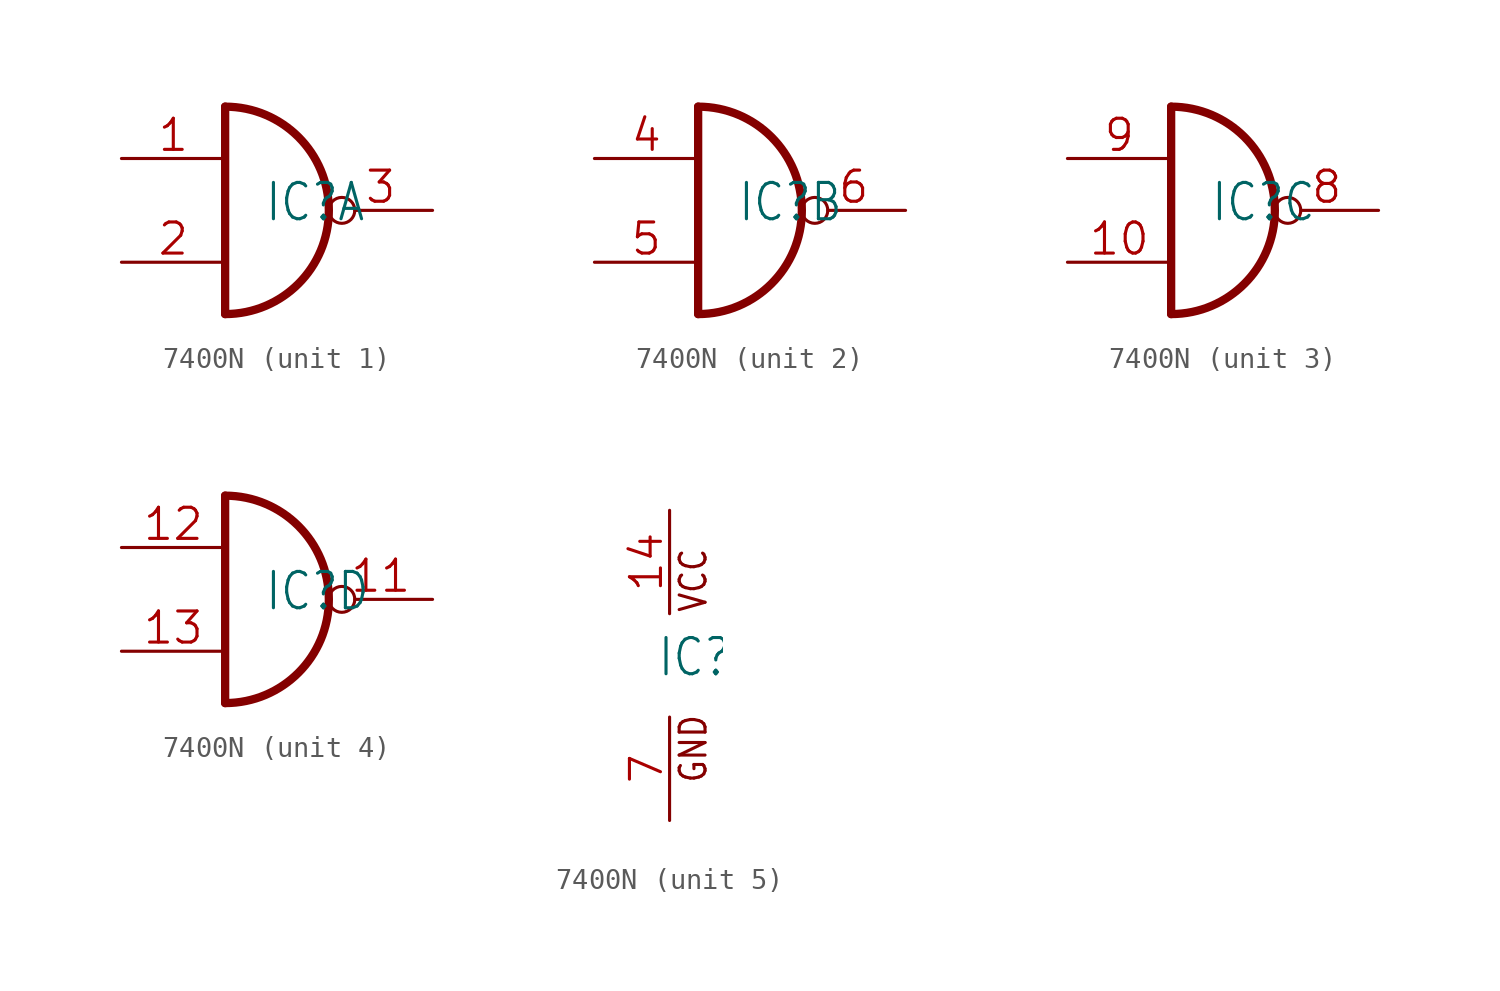
<source format=kicad_sym>
(kicad_symbol_lib
  (version 20241209)
  (generator "kicad_symbol_editor")
  (generator_version "9.0")
  (symbol "7400N"
    (property "Reference" "IC"
      (at -0.635 -0.635 0)
      (effects (font (size 1.778 1.511)) (justify left bottom)))
    (property "ki_locked" ""
      (at 0 0 0)
      (effects (font (size 1.27 1.27))))
    (symbol "7400N_1_0"
      (polyline (pts (xy -2.54 5.08) (xy -2.54 -5.08)) (stroke (width 0.406) (type solid)) (fill (type none)))
      (arc (start -2.54 5.08) (mid 2.54 0) (end -2.54 -5.08) (stroke (width 0.4064) (type solid)) (fill (type none)))
      (pin input line (at -7.62 2.54 0) (length 5.08) (name "I0" (effects (font (size 0 0)))) (number "1" (effects (font (size 1.524 1.524)))))
      (pin input line (at -7.62 -2.54 0) (length 5.08) (name "I1" (effects (font (size 0 0)))) (number "2" (effects (font (size 1.524 1.524)))))
      (pin output inverted (at 7.62 0 180) (length 5.08) (name "O" (effects (font (size 0 0)))) (number "3" (effects (font (size 1.524 1.524))))))
    (symbol "7400N_2_0"
      (polyline (pts (xy -2.54 5.08) (xy -2.54 -5.08)) (stroke (width 0.406) (type solid)) (fill (type none)))
      (arc (start -2.54 5.08) (mid 2.54 0) (end -2.54 -5.08) (stroke (width 0.4064) (type solid)) (fill (type none)))
      (pin input line (at -7.62 2.54 0) (length 5.08) (name "I0" (effects (font (size 0 0)))) (number "4" (effects (font (size 1.524 1.524)))))
      (pin input line (at -7.62 -2.54 0) (length 5.08) (name "I1" (effects (font (size 0 0)))) (number "5" (effects (font (size 1.524 1.524)))))
      (pin output inverted (at 7.62 0 180) (length 5.08) (name "O" (effects (font (size 0 0)))) (number "6" (effects (font (size 1.524 1.524))))))
    (symbol "7400N_3_0"
      (polyline (pts (xy -2.54 5.08) (xy -2.54 -5.08)) (stroke (width 0.406) (type solid)) (fill (type none)))
      (arc (start -2.54 5.08) (mid 2.54 0) (end -2.54 -5.08) (stroke (width 0.4064) (type solid)) (fill (type none)))
      (pin input line (at -7.62 2.54 0) (length 5.08) (name "I0" (effects (font (size 0 0)))) (number "9" (effects (font (size 1.524 1.524)))))
      (pin input line (at -7.62 -2.54 0) (length 5.08) (name "I1" (effects (font (size 0 0)))) (number "10" (effects (font (size 1.524 1.524)))))
      (pin output inverted (at 7.62 0 180) (length 5.08) (name "O" (effects (font (size 0 0)))) (number "8" (effects (font (size 1.524 1.524))))))
    (symbol "7400N_4_0"
      (polyline (pts (xy -2.54 5.08) (xy -2.54 -5.08)) (stroke (width 0.406) (type solid)) (fill (type none)))
      (arc (start -2.54 5.08) (mid 2.54 0) (end -2.54 -5.08) (stroke (width 0.4064) (type solid)) (fill (type none)))
      (pin input line (at -7.62 2.54 0) (length 5.08) (name "I0" (effects (font (size 0 0)))) (number "12" (effects (font (size 1.524 1.524)))))
      (pin input line (at -7.62 -2.54 0) (length 5.08) (name "I1" (effects (font (size 0 0)))) (number "13" (effects (font (size 1.524 1.524)))))
      (pin output inverted (at 7.62 0 180) (length 5.08) (name "O" (effects (font (size 0 0)))) (number "11" (effects (font (size 1.524 1.524))))))
    (symbol "7400N_5_0"
      (text "VCC" (at 1.905 2.54 900) (effects (font (size 1.27 1.079)) (justify left bottom)))
      (text "GND" (at 1.905 -5.842 900) (effects (font (size 1.27 1.079)) (justify left bottom)))
      (pin power_in line (at 0 7.62 270) (length 5.08) (name "VCC" (effects (font (size 0 0)))) (number "14" (effects (font (size 1.524 1.524)))))
      (pin power_in line (at 0 -7.62 90) (length 5.08) (name "GND" (effects (font (size 0 0)))) (number "7" (effects (font (size 1.524 1.524))))))))
</source>
